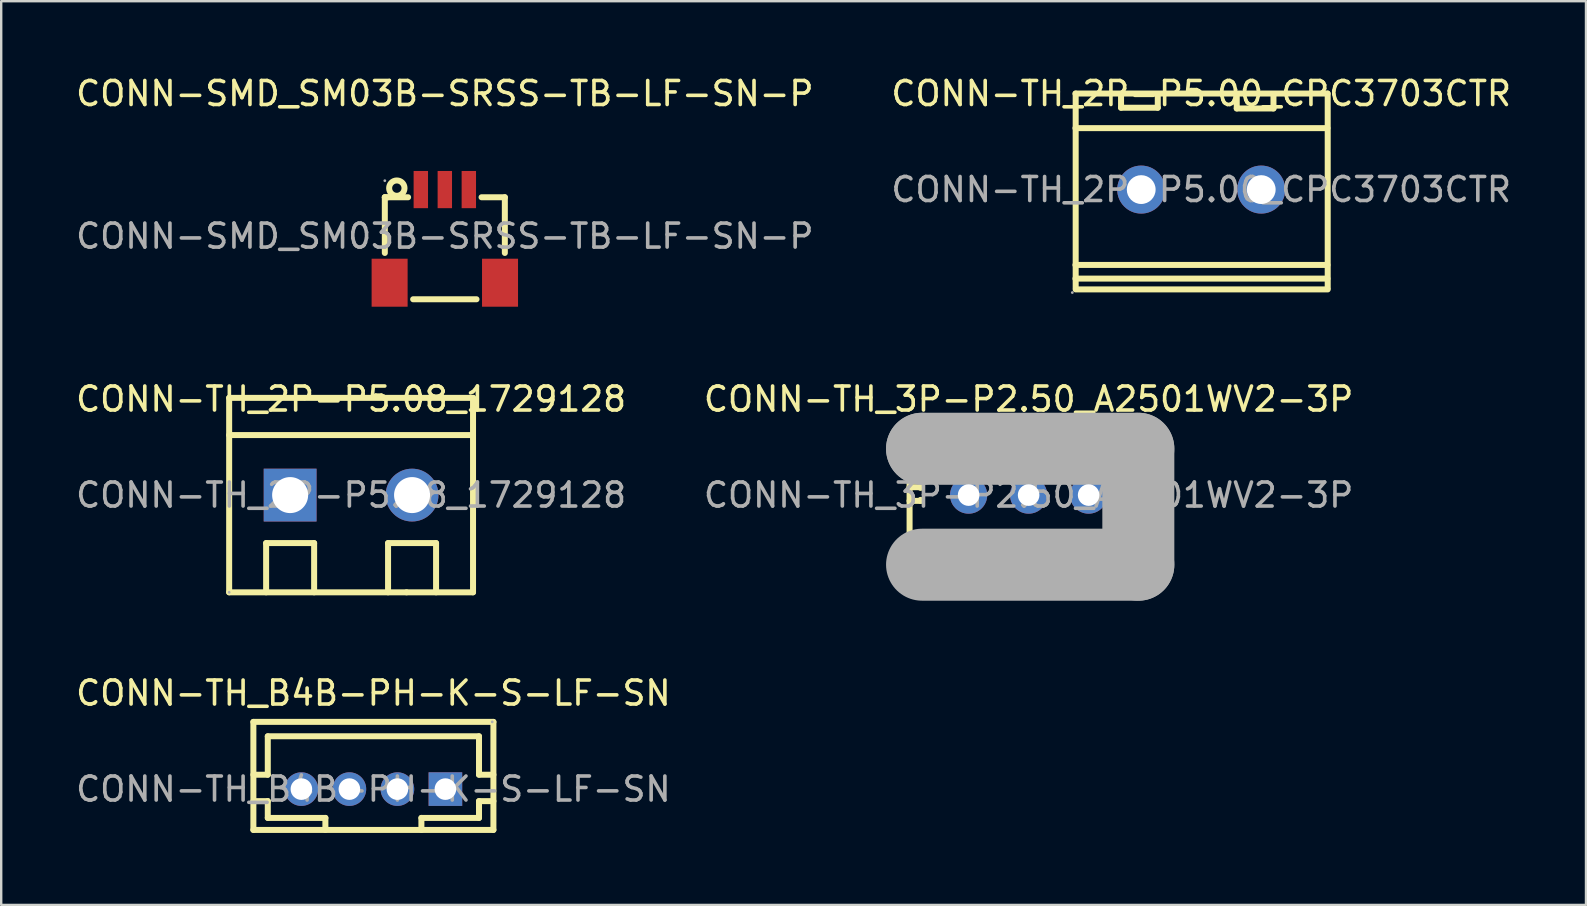
<source format=kicad_pcb>
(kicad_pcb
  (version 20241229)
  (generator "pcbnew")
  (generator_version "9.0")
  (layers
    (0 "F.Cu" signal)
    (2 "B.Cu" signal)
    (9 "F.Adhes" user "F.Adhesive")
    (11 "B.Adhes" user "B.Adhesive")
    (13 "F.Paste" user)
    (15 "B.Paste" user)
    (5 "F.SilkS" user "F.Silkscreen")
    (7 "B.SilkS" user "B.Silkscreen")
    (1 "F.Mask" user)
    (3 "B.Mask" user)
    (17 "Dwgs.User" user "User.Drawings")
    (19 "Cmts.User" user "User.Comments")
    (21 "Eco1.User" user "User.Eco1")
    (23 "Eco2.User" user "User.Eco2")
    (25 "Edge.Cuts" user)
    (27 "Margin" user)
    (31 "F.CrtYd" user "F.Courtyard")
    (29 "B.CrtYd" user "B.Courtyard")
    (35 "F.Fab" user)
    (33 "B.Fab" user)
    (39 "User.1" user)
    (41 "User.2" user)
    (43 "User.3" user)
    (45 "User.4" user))
  (footprint "CONN-TH_3P-P2.50_A2501WV2-3P"
    (layer "F.Cu")
    (at 39.804 17.576)
    (property "Reference" "CONN-TH_3P-P2.50_A2501WV2-3P" (at 0 -4 0) (layer "F.SilkS") (effects (font (size 1 1) (thickness 0.15))))
    (attr through_hole)
    (fp_line (start -4.96 -2.44) (end -4.96 3.4) (stroke (width 0.25) (type solid)) (layer "F.SilkS"))
    (fp_line (start -4.96 -0.33) (end -4.5 -0.33) (stroke (width 0.25) (type solid)) (layer "F.SilkS"))
    (fp_line (start -4.96 0.24) (end -4.5 0.24) (stroke (width 0.25) (type solid)) (layer "F.SilkS"))
    (fp_line (start -4.96 3.4) (end 4.97 3.4) (stroke (width 0.25) (type solid)) (layer "F.SilkS"))
    (fp_line (start -4.5 -0.33) (end -4.5 -0.3) (stroke (width 0.25) (type solid)) (layer "F.SilkS"))
    (fp_line (start -4.5 0.24) (end -4.5 0.2) (stroke (width 0.25) (type solid)) (layer "F.SilkS"))
    (fp_line (start -3.3 -1.93) (end -3.3 -2.44) (stroke (width 0.25) (type solid)) (layer "F.SilkS"))
    (fp_line (start -1.78 -1.93) (end -1.78 -2.44) (stroke (width 0.25) (type solid)) (layer "F.SilkS"))
    (fp_line (start 1.78 -1.93) (end 1.78 -2.44) (stroke (width 0.25) (type solid)) (layer "F.SilkS"))
    (fp_line (start 3.31 -2.21) (end 3.31 -2.44) (stroke (width 0.25) (type solid)) (layer "F.SilkS"))
    (fp_line (start 3.31 -1.93) (end 3.31 -2.21) (stroke (width 0.25) (type solid)) (layer "F.SilkS"))
    (fp_line (start 4.6 -0.4) (end 5.08 -0.4) (stroke (width 0.25) (type solid)) (layer "F.SilkS"))
    (fp_line (start 4.6 0.2) (end 5.08 0.2) (stroke (width 0.25) (type solid)) (layer "F.SilkS"))
    (fp_line (start 4.97 -2.44) (end -4.96 -2.44) (stroke (width 0.25) (type solid)) (layer "F.SilkS"))
    (fp_line (start 5.08 -0.4) (end 5.08 -0.39) (stroke (width 0.25) (type solid)) (layer "F.SilkS"))
    (fp_line (start 5.08 0.2) (end 5.08 0.15) (stroke (width 0.25) (type solid)) (layer "F.SilkS"))
    (fp_line (start 5.08 3.4) (end 5.08 -2.44) (stroke (width 0.25) (type solid)) (layer "F.SilkS"))
    (fp_line (start -4.44 -1.93) (end -4.44 -1.93) (stroke (width 3) (type solid)) (layer "F.Fab"))
    (fp_line (start -4.44 -1.93) (end 4.57 -1.93) (stroke (width 3) (type solid)) (layer "F.Fab"))
    (fp_line (start 4.57 -1.93) (end 4.57 2.9) (stroke (width 3) (type solid)) (layer "F.Fab"))
    (fp_line (start 4.57 2.9) (end -4.44 2.9) (stroke (width 3) (type solid)) (layer "F.Fab"))
    (fp_circle (center -5 3.28) (end -4.97 3.28) (stroke (width 0.06) (type solid)) (fill no) (layer "F.Fab"))
    (fp_text user "${REFERENCE}" (at 0 0 0) (layer "F.Fab") (effects (font (size 1 1) (thickness 0.15))))
    (pad "1" thru_hole circle (at -2.5 0 180) (size 1.55 1.55) (drill 0.9) (layers "*.Cu" "*.Mask"))
    (pad "2" thru_hole circle (at 0 0 180) (size 1.55 1.55) (drill 0.9) (layers "*.Cu" "*.Mask"))
    (pad "3" thru_hole circle (at 2.5 0 180) (size 1.55 1.55) (drill 0.9) (layers "*.Cu" "*.Mask")))
  (footprint "CONN-SMD_SM03B-SRSS-TB-LF-SN-P"
    (layer "F.Cu")
    (at 15.482 6.788)
    (property "Reference" "CONN-SMD_SM03B-SRSS-TB-LF-SN-P" (at 0 -5.94 0) (layer "F.SilkS") (effects (font (size 1 1) (thickness 0.15))))
    (attr smd)
    (fp_line (start -2.5 -1.62) (end -2.5 0.7) (stroke (width 0.25) (type solid)) (layer "F.SilkS"))
    (fp_line (start -2.5 -1.62) (end -1.53 -1.62) (stroke (width 0.25) (type solid)) (layer "F.SilkS"))
    (fp_line (start -2.37 -1.62) (end -2.5 -1.62) (stroke (width 0.25) (type solid)) (layer "F.SilkS"))
    (fp_line (start -1.32 2.63) (end 1.32 2.63) (stroke (width 0.25) (type solid)) (layer "F.SilkS"))
    (fp_line (start 1.53 -1.62) (end 2.5 -1.62) (stroke (width 0.25) (type solid)) (layer "F.SilkS"))
    (fp_line (start 2.5 -1.62) (end 2.5 0.7) (stroke (width 0.25) (type solid)) (layer "F.SilkS"))
    (fp_circle (center -2 -2) (end -1.68 -2) (stroke (width 0.25) (type solid)) (fill no) (layer "F.SilkS"))
    (fp_circle (center -2.5 -2.31) (end -2.47 -2.31) (stroke (width 0.06) (type solid)) (fill no) (layer "F.Fab"))
    (fp_text user "${REFERENCE}" (at 0 0 0) (layer "F.Fab") (effects (font (size 1 1) (thickness 0.15))))
    (pad "1" smd rect (at -1 -1.94) (size 0.6 1.55) (layers "F.Cu" "F.Mask" "F.Paste"))
    (pad "2" smd rect (at 0 -1.94) (size 0.6 1.55) (layers "F.Cu" "F.Mask" "F.Paste"))
    (pad "3" smd rect (at 1 -1.94) (size 0.6 1.55) (layers "F.Cu" "F.Mask" "F.Paste"))
    (pad "4" smd rect (at 2.3 1.94) (size 1.5 2) (layers "F.Cu" "F.Mask" "F.Paste"))
    (pad "5" smd rect (at -2.3 1.94) (size 1.5 2) (layers "F.Cu" "F.Mask" "F.Paste")))
  (footprint "CONN-TH_2P-P5.00_CPC3703CTR"
    (layer "F.Cu")
    (at 46.994 4.848)
    (property "Reference" "CONN-TH_2P-P5.00_CPC3703CTR" (at 0 -4 0) (layer "F.SilkS") (effects (font (size 1 1) (thickness 0.15))))
    (attr through_hole)
    (fp_line (start -5.24 -4) (end 5.26 -4) (stroke (width 0.25) (type solid)) (layer "F.SilkS"))
    (fp_line (start -5.24 -2.56) (end 5.26 -2.56) (stroke (width 0.25) (type solid)) (layer "F.SilkS"))
    (fp_line (start -5.24 3.14) (end 5.26 3.14) (stroke (width 0.25) (type solid)) (layer "F.SilkS"))
    (fp_line (start -5.24 3.71) (end 5.26 3.71) (stroke (width 0.25) (type solid)) (layer "F.SilkS"))
    (fp_line (start -5.23 -4) (end -5.23 4.1) (stroke (width 0.25) (type solid)) (layer "F.SilkS"))
    (fp_line (start -5.23 4.16) (end 5.27 4.16) (stroke (width 0.25) (type solid)) (layer "F.SilkS"))
    (fp_line (start -3.34 -3.95) (end -3.34 -3.41) (stroke (width 0.25) (type solid)) (layer "F.SilkS"))
    (fp_line (start -3.34 -3.41) (end -1.81 -3.41) (stroke (width 0.25) (type solid)) (layer "F.SilkS"))
    (fp_line (start -1.81 -3.41) (end -1.81 -3.95) (stroke (width 0.25) (type solid)) (layer "F.SilkS"))
    (fp_line (start 1.48 -3.92) (end 1.48 -3.38) (stroke (width 0.25) (type solid)) (layer "F.SilkS"))
    (fp_line (start 1.48 -3.38) (end 3.01 -3.38) (stroke (width 0.25) (type solid)) (layer "F.SilkS"))
    (fp_line (start 3.01 -3.38) (end 3.01 -3.92) (stroke (width 0.25) (type solid)) (layer "F.SilkS"))
    (fp_line (start 5.27 -4) (end 5.27 4.1) (stroke (width 0.25) (type solid)) (layer "F.SilkS"))
    (fp_circle (center -5.37 4.29) (end -5.34 4.29) (stroke (width 0.06) (type solid)) (fill no) (layer "F.Fab"))
    (fp_circle (center -2.5 0) (end -2.25 0) (stroke (width 0.5) (type solid)) (fill no) (layer "F.Fab"))
    (fp_circle (center 2.5 0) (end 2.75 0) (stroke (width 0.5) (type solid)) (fill no) (layer "F.Fab"))
    (fp_text user "${REFERENCE}" (at 0 0 0) (layer "F.Fab") (effects (font (size 1 1) (thickness 0.15))))
    (pad "1" thru_hole circle (at -2.5 0) (size 2 2) (drill 1.2) (layers "*.Cu" "*.Mask"))
    (pad "2" thru_hole circle (at 2.5 0) (size 2 2) (drill 1.2) (layers "*.Cu" "*.Mask")))
  (footprint "CONN-TH_2P-P5.08_1729128"
    (layer "F.Cu")
    (at 11.577 17.576)
    (property "Reference" "CONN-TH_2P-P5.08_1729128" (at 0 -4 0) (layer "F.SilkS") (effects (font (size 1 1) (thickness 0.15))))
    (attr through_hole)
    (fp_line (start -5.08 -4.05) (end -5.08 4.05) (stroke (width 0.25) (type solid)) (layer "F.SilkS"))
    (fp_line (start -5.08 4.05) (end 2.31 4.05) (stroke (width 0.25) (type solid)) (layer "F.SilkS"))
    (fp_line (start -3.54 2) (end -1.54 2) (stroke (width 0.25) (type solid)) (layer "F.SilkS"))
    (fp_line (start -3.54 4.05) (end -3.54 2) (stroke (width 0.25) (type solid)) (layer "F.SilkS"))
    (fp_line (start -1.54 2) (end -1.54 4.05) (stroke (width 0.25) (type solid)) (layer "F.SilkS"))
    (fp_line (start 1.39 -4.05) (end -5.08 -4.05) (stroke (width 0.25) (type solid)) (layer "F.SilkS"))
    (fp_line (start 1.54 2) (end 3.54 2) (stroke (width 0.25) (type solid)) (layer "F.SilkS"))
    (fp_line (start 1.54 4.05) (end 1.54 2) (stroke (width 0.25) (type solid)) (layer "F.SilkS"))
    (fp_line (start 2.31 4.05) (end 5.08 4.05) (stroke (width 0.25) (type solid)) (layer "F.SilkS"))
    (fp_line (start 3.54 2) (end 3.54 4.05) (stroke (width 0.25) (type solid)) (layer "F.SilkS"))
    (fp_line (start 5.08 -4.05) (end 1.39 -4.05) (stroke (width 0.25) (type solid)) (layer "F.SilkS"))
    (fp_line (start 5.08 -2.5) (end -5.08 -2.5) (stroke (width 0.25) (type solid)) (layer "F.SilkS"))
    (fp_line (start 5.08 4.05) (end 5.08 -4.05) (stroke (width 0.25) (type solid)) (layer "F.SilkS"))
    (fp_circle (center -5.08 4.05) (end -5.05 4.05) (stroke (width 0.06) (type solid)) (fill no) (layer "F.Fab"))
    (fp_text user "${REFERENCE}" (at 0 0 0) (layer "F.Fab") (effects (font (size 1 1) (thickness 0.15))))
    (pad "1" thru_hole rect (at -2.54 0) (size 2.2 2.2) (drill 1.5) (layers "*.Cu" "*.Mask"))
    (pad "2" thru_hole circle (at 2.54 0) (size 2.2 2.2) (drill 1.5) (layers "*.Cu" "*.Mask")))
  (footprint "CONN-TH_B4B-PH-K-S-LF-SN"
    (layer "F.Cu")
    (at 12.506 29.825)
    (property "Reference" "CONN-TH_B4B-PH-K-S-LF-SN" (at 0 -4 0) (layer "F.SilkS") (effects (font (size 1 1) (thickness 0.15))))
    (attr through_hole)
    (fp_line (start -5 -2.8) (end -5 1.7) (stroke (width 0.25) (type solid)) (layer "F.SilkS"))
    (fp_line (start -5 -0.6) (end -4.4 -0.6) (stroke (width 0.25) (type solid)) (layer "F.SilkS"))
    (fp_line (start -5 1.7) (end 5 1.7) (stroke (width 0.25) (type solid)) (layer "F.SilkS"))
    (fp_line (start -4.4 -2.2) (end 4.4 -2.2) (stroke (width 0.25) (type solid)) (layer "F.SilkS"))
    (fp_line (start -4.4 -0.6) (end -4.4 -2.2) (stroke (width 0.25) (type solid)) (layer "F.SilkS"))
    (fp_line (start -4.4 0.5) (end -5 0.5) (stroke (width 0.25) (type solid)) (layer "F.SilkS"))
    (fp_line (start -4.4 1.2) (end -4.4 0.5) (stroke (width 0.25) (type solid)) (layer "F.SilkS"))
    (fp_line (start -2 1.2) (end -4.4 1.2) (stroke (width 0.25) (type solid)) (layer "F.SilkS"))
    (fp_line (start -2 1.7) (end -2 1.2) (stroke (width 0.25) (type solid)) (layer "F.SilkS"))
    (fp_line (start 2 1.2) (end 2 1.7) (stroke (width 0.25) (type solid)) (layer "F.SilkS"))
    (fp_line (start 4.4 -2.2) (end 4.4 -0.6) (stroke (width 0.25) (type solid)) (layer "F.SilkS"))
    (fp_line (start 4.4 -0.6) (end 5 -0.6) (stroke (width 0.25) (type solid)) (layer "F.SilkS"))
    (fp_line (start 4.4 0.5) (end 4.4 1.2) (stroke (width 0.25) (type solid)) (layer "F.SilkS"))
    (fp_line (start 4.4 1.2) (end 2 1.2) (stroke (width 0.25) (type solid)) (layer "F.SilkS"))
    (fp_line (start 5 -2.8) (end -5 -2.8) (stroke (width 0.25) (type solid)) (layer "F.SilkS"))
    (fp_line (start 5 0.5) (end 4.4 0.5) (stroke (width 0.25) (type solid)) (layer "F.SilkS"))
    (fp_line (start 5 1.7) (end 5 -2.8) (stroke (width 0.25) (type solid)) (layer "F.SilkS"))
    (fp_circle (center 4.95 -2.8) (end 4.98 -2.8) (stroke (width 0.06) (type solid)) (fill no) (layer "F.Fab"))
    (fp_text user "${REFERENCE}" (at 0 0 0) (layer "F.Fab") (effects (font (size 1 1) (thickness 0.15))))
    (pad "1" thru_hole rect (at 3 0) (size 1.4 1.4) (drill 0.9) (layers "*.Cu" "*.Mask"))
    (pad "2" thru_hole circle (at 1 0) (size 1.4 1.4) (drill 0.9) (layers "*.Cu" "*.Mask"))
    (pad "3" thru_hole circle (at -1 0) (size 1.4 1.4) (drill 0.9) (layers "*.Cu" "*.Mask"))
    (pad "4" thru_hole circle (at -3 0) (size 1.4 1.4) (drill 0.9) (layers "*.Cu" "*.Mask")))
  (gr_rect
    (start -3 -3)
    (end 63.024 34.65)
    (stroke (width 0.1) (type default))
    (fill no)
    (layer "Edge.Cuts")))
</source>
